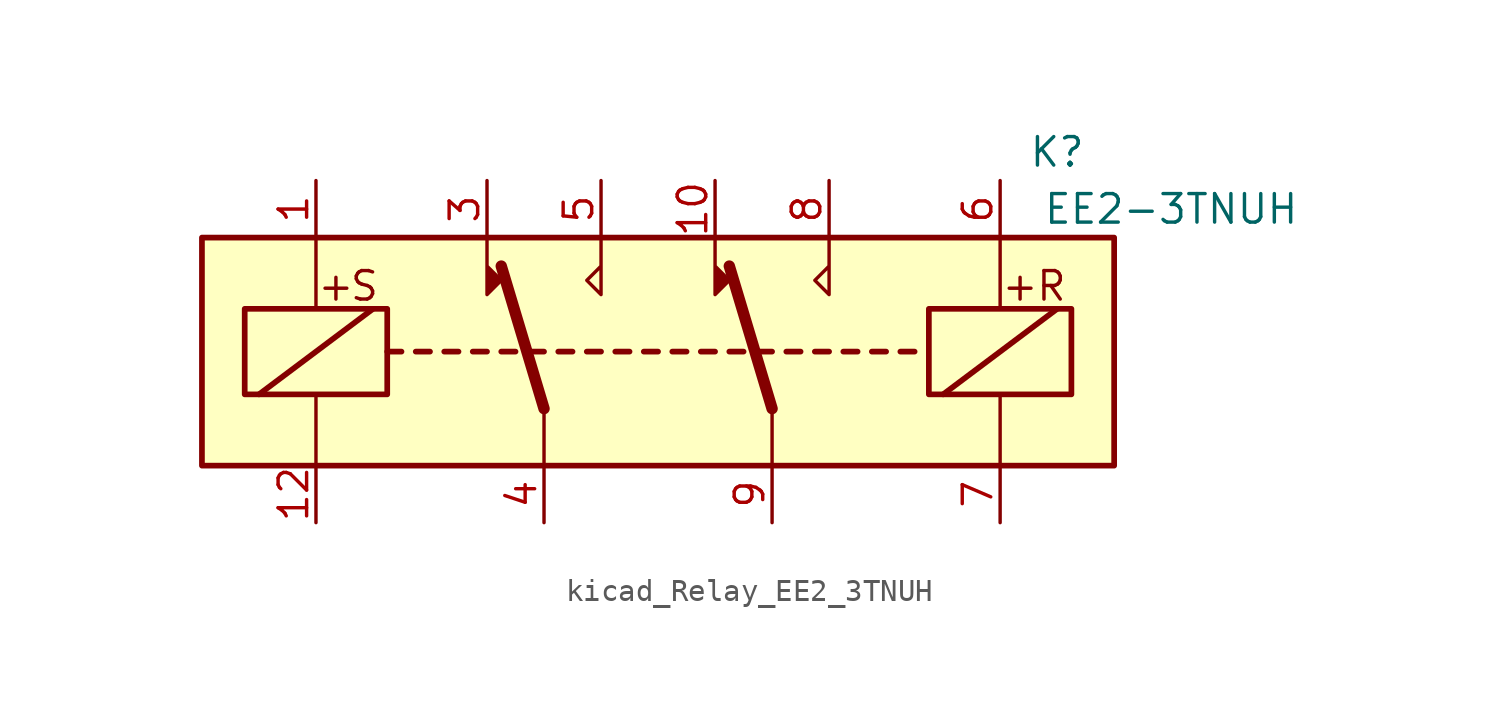
<source format=kicad_sym>
(kicad_symbol_lib
  (version 20220914)
  (generator kicad_symbol_editor)
  (symbol "kicad_Relay_EE2_3TNUH"
    (property "Reference" "K"
      (at 17.78 8.89 0)
      (effects (font (size 1.27 1.27))))
    (property "Value" "EE2-3TNUH"
      (at 22.86 6.35 0)
      (effects (font (size 1.27 1.27))))
    (symbol "kicad_Relay_EE2_3TNUH_1_1"
      (rectangle (start -20.32 5.08) (end 20.32 -5.08) (stroke (width 0.254) (type default)) (fill (type background)))
      (rectangle (start -18.415 1.905) (end -12.065 -1.905) (stroke (width 0.254) (type default)) (fill (type none)))
      (polyline (pts (xy -17.78 -1.905) (xy -12.7 1.905)) (stroke (width 0.254) (type default)) (fill (type none)))
      (polyline (pts (xy -15.24 -5.08) (xy -15.24 -1.905)) (stroke (width 0) (type default)) (fill (type none)))
      (polyline (pts (xy -15.24 5.08) (xy -15.24 1.905)) (stroke (width 0) (type default)) (fill (type none)))
      (polyline (pts (xy -12.065 0) (xy -11.43 0)) (stroke (width 0.254) (type default)) (fill (type none)))
      (polyline (pts (xy -10.795 0) (xy -10.16 0)) (stroke (width 0.254) (type default)) (fill (type none)))
      (polyline (pts (xy -9.525 0) (xy -8.89 0)) (stroke (width 0.254) (type default)) (fill (type none)))
      (polyline (pts (xy -8.255 0) (xy -7.62 0)) (stroke (width 0.254) (type default)) (fill (type none)))
      (polyline (pts (xy -6.985 0) (xy -6.35 0)) (stroke (width 0.254) (type default)) (fill (type none)))
      (polyline (pts (xy -5.715 0) (xy -5.08 0)) (stroke (width 0.254) (type default)) (fill (type none)))
      (polyline (pts (xy -5.08 -2.54) (xy -6.985 3.81)) (stroke (width 0.508) (type default)) (fill (type none)))
      (polyline (pts (xy -5.08 -2.54) (xy -5.08 -5.08)) (stroke (width 0) (type default)) (fill (type none)))
      (polyline (pts (xy -4.445 0) (xy -3.81 0)) (stroke (width 0.254) (type default)) (fill (type none)))
      (polyline (pts (xy -3.175 0) (xy -2.54 0)) (stroke (width 0.254) (type default)) (fill (type none)))
      (polyline (pts (xy -1.905 0) (xy -1.27 0)) (stroke (width 0.254) (type default)) (fill (type none)))
      (polyline (pts (xy -0.635 0) (xy 0 0)) (stroke (width 0.254) (type default)) (fill (type none)))
      (polyline (pts (xy 0.635 0) (xy 1.27 0)) (stroke (width 0.254) (type default)) (fill (type none)))
      (polyline (pts (xy 1.905 0) (xy 2.54 0)) (stroke (width 0.254) (type default)) (fill (type none)))
      (polyline (pts (xy 3.175 0) (xy 3.81 0)) (stroke (width 0.254) (type default)) (fill (type none)))
      (polyline (pts (xy 4.445 0) (xy 5.08 0)) (stroke (width 0.254) (type default)) (fill (type none)))
      (polyline (pts (xy 5.08 -2.54) (xy 3.175 3.81)) (stroke (width 0.508) (type default)) (fill (type none)))
      (polyline (pts (xy 5.08 -2.54) (xy 5.08 -5.08)) (stroke (width 0) (type default)) (fill (type none)))
      (polyline (pts (xy 5.715 0) (xy 6.35 0)) (stroke (width 0.254) (type default)) (fill (type none)))
      (polyline (pts (xy 6.985 0) (xy 7.62 0)) (stroke (width 0.254) (type default)) (fill (type none)))
      (polyline (pts (xy 8.255 0) (xy 8.89 0)) (stroke (width 0.254) (type default)) (fill (type none)))
      (polyline (pts (xy 9.525 0) (xy 10.16 0)) (stroke (width 0.254) (type default)) (fill (type none)))
      (polyline (pts (xy 10.795 0) (xy 11.43 0)) (stroke (width 0.254) (type default)) (fill (type none)))
      (polyline (pts (xy 12.7 -1.905) (xy 17.78 1.905)) (stroke (width 0.254) (type default)) (fill (type none)))
      (polyline (pts (xy 15.24 -5.08) (xy 15.24 -1.905)) (stroke (width 0) (type default)) (fill (type none)))
      (polyline (pts (xy 15.24 5.08) (xy 15.24 1.905)) (stroke (width 0) (type default)) (fill (type none)))
      (polyline (pts (xy -7.62 5.08) (xy -7.62 2.54) (xy -6.985 3.175) (xy -7.62 3.81)) (stroke (width 0) (type default)) (fill (type outline)))
      (polyline (pts (xy -2.54 5.08) (xy -2.54 2.54) (xy -3.175 3.175) (xy -2.54 3.81)) (stroke (width 0) (type default)) (fill (type none)))
      (polyline (pts (xy 2.54 5.08) (xy 2.54 2.54) (xy 3.175 3.175) (xy 2.54 3.81)) (stroke (width 0) (type default)) (fill (type outline)))
      (polyline (pts (xy 7.62 5.08) (xy 7.62 2.54) (xy 6.985 3.175) (xy 7.62 3.81)) (stroke (width 0) (type default)) (fill (type none)))
      (rectangle (start 12.065 1.905) (end 18.415 -1.905) (stroke (width 0.254) (type default)) (fill (type none)))
      (text "+" (at -14.351 2.921 0) (effects (font (size 1.27 1.27))))
      (text "+" (at 16.129 2.921 0) (effects (font (size 1.27 1.27))))
      (text "R" (at 17.526 2.921 0) (effects (font (size 1.27 1.27))))
      (text "S" (at -13.081 2.921 0) (effects (font (size 1.27 1.27))))
      (pin passive line (at -15.24 7.62 270) (length 2.54) (name "~" (effects (font (size 1.27 1.27)))) (number "1" (effects (font (size 1.27 1.27)))))
      (pin passive line (at 2.54 7.62 270) (length 2.54) (name "~" (effects (font (size 1.27 1.27)))) (number "10" (effects (font (size 1.27 1.27)))))
      (pin passive line (at -15.24 -7.62 90) (length 2.54) (name "~" (effects (font (size 1.27 1.27)))) (number "12" (effects (font (size 1.27 1.27)))))
      (pin passive line (at -7.62 7.62 270) (length 2.54) (name "~" (effects (font (size 1.27 1.27)))) (number "3" (effects (font (size 1.27 1.27)))))
      (pin passive line (at -5.08 -7.62 90) (length 2.54) (name "~" (effects (font (size 1.27 1.27)))) (number "4" (effects (font (size 1.27 1.27)))))
      (pin passive line (at -2.54 7.62 270) (length 2.54) (name "~" (effects (font (size 1.27 1.27)))) (number "5" (effects (font (size 1.27 1.27)))))
      (pin passive line (at 15.24 7.62 270) (length 2.54) (name "~" (effects (font (size 1.27 1.27)))) (number "6" (effects (font (size 1.27 1.27)))))
      (pin passive line (at 15.24 -7.62 90) (length 2.54) (name "~" (effects (font (size 1.27 1.27)))) (number "7" (effects (font (size 1.27 1.27)))))
      (pin passive line (at 7.62 7.62 270) (length 2.54) (name "~" (effects (font (size 1.27 1.27)))) (number "8" (effects (font (size 1.27 1.27)))))
      (pin passive line (at 5.08 -7.62 90) (length 2.54) (name "~" (effects (font (size 1.27 1.27)))) (number "9" (effects (font (size 1.27 1.27))))))))
</source>
